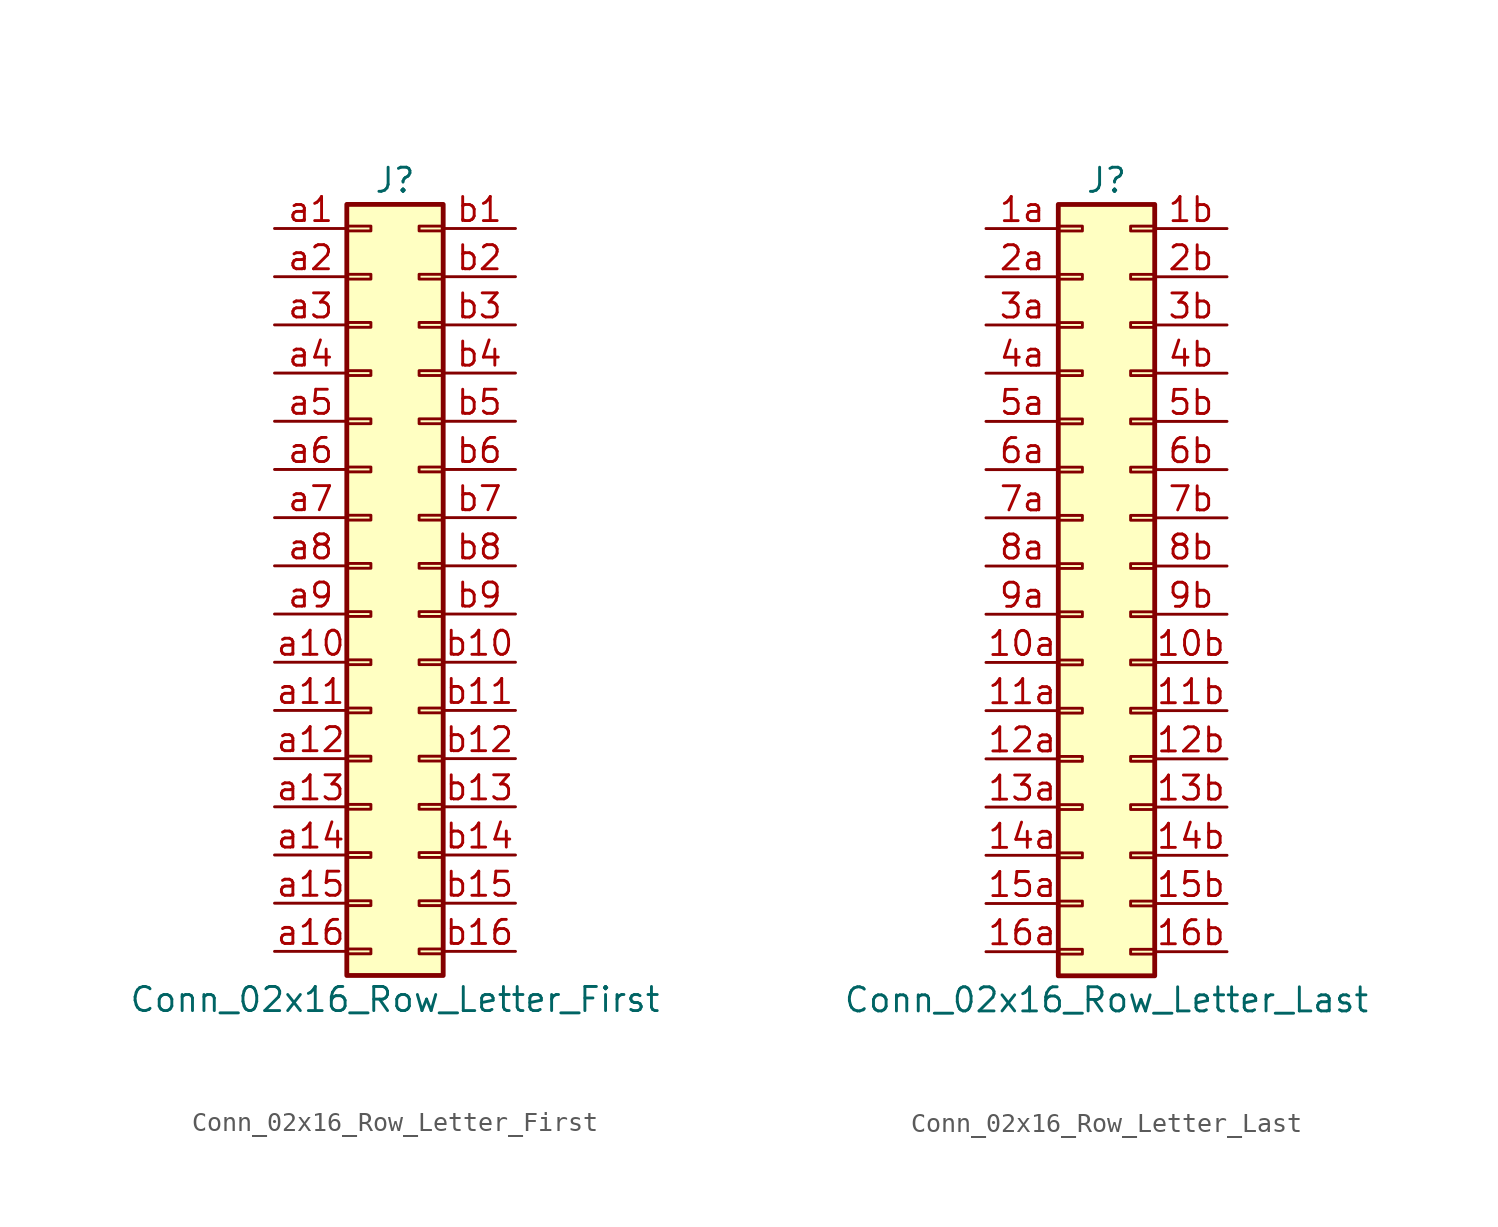
<source format=kicad_sym>
(kicad_symbol_lib
  (version 20201005)
  (generator kicad_symbol_editor)
  (symbol "Connector_Generic:Conn_02x16_Row_Letter_First"
    (pin_names
      (offset 1.016) hide)
    (property "Reference" "J"
      (at 1.27 20.32 0)
      (effects (font (size 1.27 1.27))))
    (property "Value" "Conn_02x16_Row_Letter_First"
      (at 1.27 -22.86 0)
      (effects (font (size 1.27 1.27))))
    (symbol "Conn_02x16_Row_Letter_First_1_1"
      (rectangle (start -1.27 -4.953) (end 0 -5.207) (stroke (width 0.152)) (fill (type none)))
      (rectangle (start -1.27 -7.493) (end 0 -7.747) (stroke (width 0.152)) (fill (type none)))
      (rectangle (start -1.27 -10.033) (end 0 -10.287) (stroke (width 0.152)) (fill (type none)))
      (rectangle (start -1.27 -12.573) (end 0 -12.827) (stroke (width 0.152)) (fill (type none)))
      (rectangle (start -1.27 -15.113) (end 0 -15.367) (stroke (width 0.152)) (fill (type none)))
      (rectangle (start -1.27 -17.653) (end 0 -17.907) (stroke (width 0.152)) (fill (type none)))
      (rectangle (start -1.27 -20.193) (end 0 -20.447) (stroke (width 0.152)) (fill (type none)))
      (rectangle (start -1.27 -2.413) (end 0 -2.667) (stroke (width 0.152)) (fill (type none)))
      (rectangle (start -1.27 2.667) (end 0 2.413) (stroke (width 0.152)) (fill (type none)))
      (rectangle (start -1.27 5.207) (end 0 4.953) (stroke (width 0.152)) (fill (type none)))
      (rectangle (start -1.27 7.747) (end 0 7.493) (stroke (width 0.152)) (fill (type none)))
      (rectangle (start -1.27 10.287) (end 0 10.033) (stroke (width 0.152)) (fill (type none)))
      (rectangle (start -1.27 0.127) (end 0 -0.127) (stroke (width 0.152)) (fill (type none)))
      (rectangle (start -1.27 12.827) (end 0 12.573) (stroke (width 0.152)) (fill (type none)))
      (rectangle (start -1.27 15.367) (end 0 15.113) (stroke (width 0.152)) (fill (type none)))
      (rectangle (start -1.27 17.907) (end 0 17.653) (stroke (width 0.152)) (fill (type none)))
      (rectangle (start -1.27 19.05) (end 3.81 -21.59) (stroke (width 0.254)) (fill (type background)))
      (rectangle (start 3.81 -4.953) (end 2.54 -5.207) (stroke (width 0.152)) (fill (type none)))
      (rectangle (start 3.81 -7.493) (end 2.54 -7.747) (stroke (width 0.152)) (fill (type none)))
      (rectangle (start 3.81 -10.033) (end 2.54 -10.287) (stroke (width 0.152)) (fill (type none)))
      (rectangle (start 3.81 -12.573) (end 2.54 -12.827) (stroke (width 0.152)) (fill (type none)))
      (rectangle (start 3.81 -15.113) (end 2.54 -15.367) (stroke (width 0.152)) (fill (type none)))
      (rectangle (start 3.81 -17.653) (end 2.54 -17.907) (stroke (width 0.152)) (fill (type none)))
      (rectangle (start 3.81 -20.193) (end 2.54 -20.447) (stroke (width 0.152)) (fill (type none)))
      (rectangle (start 3.81 -2.413) (end 2.54 -2.667) (stroke (width 0.152)) (fill (type none)))
      (rectangle (start 3.81 2.667) (end 2.54 2.413) (stroke (width 0.152)) (fill (type none)))
      (rectangle (start 3.81 5.207) (end 2.54 4.953) (stroke (width 0.152)) (fill (type none)))
      (rectangle (start 3.81 7.747) (end 2.54 7.493) (stroke (width 0.152)) (fill (type none)))
      (rectangle (start 3.81 10.287) (end 2.54 10.033) (stroke (width 0.152)) (fill (type none)))
      (rectangle (start 3.81 0.127) (end 2.54 -0.127) (stroke (width 0.152)) (fill (type none)))
      (rectangle (start 3.81 12.827) (end 2.54 12.573) (stroke (width 0.152)) (fill (type none)))
      (rectangle (start 3.81 15.367) (end 2.54 15.113) (stroke (width 0.152)) (fill (type none)))
      (rectangle (start 3.81 17.907) (end 2.54 17.653) (stroke (width 0.152)) (fill (type none)))
      (pin passive line (at -5.08 17.78 0) (length 3.81) (name "Pin_a1" (effects (font (size 1.27 1.27)))) (number "a1" (effects (font (size 1.27 1.27)))))
      (pin passive line (at -5.08 -5.08 0) (length 3.81) (name "Pin_a10" (effects (font (size 1.27 1.27)))) (number "a10" (effects (font (size 1.27 1.27)))))
      (pin passive line (at -5.08 -7.62 0) (length 3.81) (name "Pin_a11" (effects (font (size 1.27 1.27)))) (number "a11" (effects (font (size 1.27 1.27)))))
      (pin passive line (at -5.08 -10.16 0) (length 3.81) (name "Pin_a12" (effects (font (size 1.27 1.27)))) (number "a12" (effects (font (size 1.27 1.27)))))
      (pin passive line (at -5.08 -12.7 0) (length 3.81) (name "Pin_a13" (effects (font (size 1.27 1.27)))) (number "a13" (effects (font (size 1.27 1.27)))))
      (pin passive line (at -5.08 -15.24 0) (length 3.81) (name "Pin_a14" (effects (font (size 1.27 1.27)))) (number "a14" (effects (font (size 1.27 1.27)))))
      (pin passive line (at -5.08 -17.78 0) (length 3.81) (name "Pin_a15" (effects (font (size 1.27 1.27)))) (number "a15" (effects (font (size 1.27 1.27)))))
      (pin passive line (at -5.08 -20.32 0) (length 3.81) (name "Pin_a16" (effects (font (size 1.27 1.27)))) (number "a16" (effects (font (size 1.27 1.27)))))
      (pin passive line (at -5.08 15.24 0) (length 3.81) (name "Pin_a2" (effects (font (size 1.27 1.27)))) (number "a2" (effects (font (size 1.27 1.27)))))
      (pin passive line (at -5.08 12.7 0) (length 3.81) (name "Pin_a3" (effects (font (size 1.27 1.27)))) (number "a3" (effects (font (size 1.27 1.27)))))
      (pin passive line (at -5.08 10.16 0) (length 3.81) (name "Pin_a4" (effects (font (size 1.27 1.27)))) (number "a4" (effects (font (size 1.27 1.27)))))
      (pin passive line (at -5.08 7.62 0) (length 3.81) (name "Pin_a5" (effects (font (size 1.27 1.27)))) (number "a5" (effects (font (size 1.27 1.27)))))
      (pin passive line (at -5.08 5.08 0) (length 3.81) (name "Pin_a6" (effects (font (size 1.27 1.27)))) (number "a6" (effects (font (size 1.27 1.27)))))
      (pin passive line (at -5.08 2.54 0) (length 3.81) (name "Pin_a7" (effects (font (size 1.27 1.27)))) (number "a7" (effects (font (size 1.27 1.27)))))
      (pin passive line (at -5.08 0 0) (length 3.81) (name "Pin_a8" (effects (font (size 1.27 1.27)))) (number "a8" (effects (font (size 1.27 1.27)))))
      (pin passive line (at -5.08 -2.54 0) (length 3.81) (name "Pin_a9" (effects (font (size 1.27 1.27)))) (number "a9" (effects (font (size 1.27 1.27)))))
      (pin passive line (at 7.62 17.78 180) (length 3.81) (name "Pin_b1" (effects (font (size 1.27 1.27)))) (number "b1" (effects (font (size 1.27 1.27)))))
      (pin passive line (at 7.62 -5.08 180) (length 3.81) (name "Pin_b10" (effects (font (size 1.27 1.27)))) (number "b10" (effects (font (size 1.27 1.27)))))
      (pin passive line (at 7.62 -7.62 180) (length 3.81) (name "Pin_b11" (effects (font (size 1.27 1.27)))) (number "b11" (effects (font (size 1.27 1.27)))))
      (pin passive line (at 7.62 -10.16 180) (length 3.81) (name "Pin_b12" (effects (font (size 1.27 1.27)))) (number "b12" (effects (font (size 1.27 1.27)))))
      (pin passive line (at 7.62 -12.7 180) (length 3.81) (name "Pin_b13" (effects (font (size 1.27 1.27)))) (number "b13" (effects (font (size 1.27 1.27)))))
      (pin passive line (at 7.62 -15.24 180) (length 3.81) (name "Pin_b14" (effects (font (size 1.27 1.27)))) (number "b14" (effects (font (size 1.27 1.27)))))
      (pin passive line (at 7.62 -17.78 180) (length 3.81) (name "Pin_b15" (effects (font (size 1.27 1.27)))) (number "b15" (effects (font (size 1.27 1.27)))))
      (pin passive line (at 7.62 -20.32 180) (length 3.81) (name "Pin_b16" (effects (font (size 1.27 1.27)))) (number "b16" (effects (font (size 1.27 1.27)))))
      (pin passive line (at 7.62 15.24 180) (length 3.81) (name "Pin_b2" (effects (font (size 1.27 1.27)))) (number "b2" (effects (font (size 1.27 1.27)))))
      (pin passive line (at 7.62 12.7 180) (length 3.81) (name "Pin_b3" (effects (font (size 1.27 1.27)))) (number "b3" (effects (font (size 1.27 1.27)))))
      (pin passive line (at 7.62 10.16 180) (length 3.81) (name "Pin_b4" (effects (font (size 1.27 1.27)))) (number "b4" (effects (font (size 1.27 1.27)))))
      (pin passive line (at 7.62 7.62 180) (length 3.81) (name "Pin_b5" (effects (font (size 1.27 1.27)))) (number "b5" (effects (font (size 1.27 1.27)))))
      (pin passive line (at 7.62 5.08 180) (length 3.81) (name "Pin_b6" (effects (font (size 1.27 1.27)))) (number "b6" (effects (font (size 1.27 1.27)))))
      (pin passive line (at 7.62 2.54 180) (length 3.81) (name "Pin_b7" (effects (font (size 1.27 1.27)))) (number "b7" (effects (font (size 1.27 1.27)))))
      (pin passive line (at 7.62 0 180) (length 3.81) (name "Pin_b8" (effects (font (size 1.27 1.27)))) (number "b8" (effects (font (size 1.27 1.27)))))
      (pin passive line (at 7.62 -2.54 180) (length 3.81) (name "Pin_b9" (effects (font (size 1.27 1.27)))) (number "b9" (effects (font (size 1.27 1.27)))))))
  (symbol "Connector_Generic:Conn_02x16_Row_Letter_Last"
    (pin_names
      (offset 1.016) hide)
    (property "Reference" "J"
      (at 1.27 20.32 0)
      (effects (font (size 1.27 1.27))))
    (property "Value" "Conn_02x16_Row_Letter_Last"
      (at 1.27 -22.86 0)
      (effects (font (size 1.27 1.27))))
    (symbol "Conn_02x16_Row_Letter_Last_1_1"
      (rectangle (start -1.27 -4.953) (end 0 -5.207) (stroke (width 0.152)) (fill (type none)))
      (rectangle (start -1.27 -7.493) (end 0 -7.747) (stroke (width 0.152)) (fill (type none)))
      (rectangle (start -1.27 -10.033) (end 0 -10.287) (stroke (width 0.152)) (fill (type none)))
      (rectangle (start -1.27 -12.573) (end 0 -12.827) (stroke (width 0.152)) (fill (type none)))
      (rectangle (start -1.27 -15.113) (end 0 -15.367) (stroke (width 0.152)) (fill (type none)))
      (rectangle (start -1.27 -17.653) (end 0 -17.907) (stroke (width 0.152)) (fill (type none)))
      (rectangle (start -1.27 -20.193) (end 0 -20.447) (stroke (width 0.152)) (fill (type none)))
      (rectangle (start -1.27 -2.413) (end 0 -2.667) (stroke (width 0.152)) (fill (type none)))
      (rectangle (start -1.27 2.667) (end 0 2.413) (stroke (width 0.152)) (fill (type none)))
      (rectangle (start -1.27 5.207) (end 0 4.953) (stroke (width 0.152)) (fill (type none)))
      (rectangle (start -1.27 7.747) (end 0 7.493) (stroke (width 0.152)) (fill (type none)))
      (rectangle (start -1.27 10.287) (end 0 10.033) (stroke (width 0.152)) (fill (type none)))
      (rectangle (start -1.27 0.127) (end 0 -0.127) (stroke (width 0.152)) (fill (type none)))
      (rectangle (start -1.27 12.827) (end 0 12.573) (stroke (width 0.152)) (fill (type none)))
      (rectangle (start -1.27 15.367) (end 0 15.113) (stroke (width 0.152)) (fill (type none)))
      (rectangle (start -1.27 17.907) (end 0 17.653) (stroke (width 0.152)) (fill (type none)))
      (rectangle (start -1.27 19.05) (end 3.81 -21.59) (stroke (width 0.254)) (fill (type background)))
      (rectangle (start 3.81 -4.953) (end 2.54 -5.207) (stroke (width 0.152)) (fill (type none)))
      (rectangle (start 3.81 -7.493) (end 2.54 -7.747) (stroke (width 0.152)) (fill (type none)))
      (rectangle (start 3.81 -10.033) (end 2.54 -10.287) (stroke (width 0.152)) (fill (type none)))
      (rectangle (start 3.81 -12.573) (end 2.54 -12.827) (stroke (width 0.152)) (fill (type none)))
      (rectangle (start 3.81 -15.113) (end 2.54 -15.367) (stroke (width 0.152)) (fill (type none)))
      (rectangle (start 3.81 -17.653) (end 2.54 -17.907) (stroke (width 0.152)) (fill (type none)))
      (rectangle (start 3.81 -20.193) (end 2.54 -20.447) (stroke (width 0.152)) (fill (type none)))
      (rectangle (start 3.81 -2.413) (end 2.54 -2.667) (stroke (width 0.152)) (fill (type none)))
      (rectangle (start 3.81 2.667) (end 2.54 2.413) (stroke (width 0.152)) (fill (type none)))
      (rectangle (start 3.81 5.207) (end 2.54 4.953) (stroke (width 0.152)) (fill (type none)))
      (rectangle (start 3.81 7.747) (end 2.54 7.493) (stroke (width 0.152)) (fill (type none)))
      (rectangle (start 3.81 10.287) (end 2.54 10.033) (stroke (width 0.152)) (fill (type none)))
      (rectangle (start 3.81 0.127) (end 2.54 -0.127) (stroke (width 0.152)) (fill (type none)))
      (rectangle (start 3.81 12.827) (end 2.54 12.573) (stroke (width 0.152)) (fill (type none)))
      (rectangle (start 3.81 15.367) (end 2.54 15.113) (stroke (width 0.152)) (fill (type none)))
      (rectangle (start 3.81 17.907) (end 2.54 17.653) (stroke (width 0.152)) (fill (type none)))
      (pin passive line (at -5.08 -5.08 0) (length 3.81) (name "Pin_10a" (effects (font (size 1.27 1.27)))) (number "10a" (effects (font (size 1.27 1.27)))))
      (pin passive line (at 7.62 -5.08 180) (length 3.81) (name "Pin_10b" (effects (font (size 1.27 1.27)))) (number "10b" (effects (font (size 1.27 1.27)))))
      (pin passive line (at -5.08 -7.62 0) (length 3.81) (name "Pin_11a" (effects (font (size 1.27 1.27)))) (number "11a" (effects (font (size 1.27 1.27)))))
      (pin passive line (at 7.62 -7.62 180) (length 3.81) (name "Pin_11b" (effects (font (size 1.27 1.27)))) (number "11b" (effects (font (size 1.27 1.27)))))
      (pin passive line (at -5.08 -10.16 0) (length 3.81) (name "Pin_12a" (effects (font (size 1.27 1.27)))) (number "12a" (effects (font (size 1.27 1.27)))))
      (pin passive line (at 7.62 -10.16 180) (length 3.81) (name "Pin_12b" (effects (font (size 1.27 1.27)))) (number "12b" (effects (font (size 1.27 1.27)))))
      (pin passive line (at -5.08 -12.7 0) (length 3.81) (name "Pin_13a" (effects (font (size 1.27 1.27)))) (number "13a" (effects (font (size 1.27 1.27)))))
      (pin passive line (at 7.62 -12.7 180) (length 3.81) (name "Pin_13b" (effects (font (size 1.27 1.27)))) (number "13b" (effects (font (size 1.27 1.27)))))
      (pin passive line (at -5.08 -15.24 0) (length 3.81) (name "Pin_14a" (effects (font (size 1.27 1.27)))) (number "14a" (effects (font (size 1.27 1.27)))))
      (pin passive line (at 7.62 -15.24 180) (length 3.81) (name "Pin_14b" (effects (font (size 1.27 1.27)))) (number "14b" (effects (font (size 1.27 1.27)))))
      (pin passive line (at -5.08 -17.78 0) (length 3.81) (name "Pin_15a" (effects (font (size 1.27 1.27)))) (number "15a" (effects (font (size 1.27 1.27)))))
      (pin passive line (at 7.62 -17.78 180) (length 3.81) (name "Pin_15b" (effects (font (size 1.27 1.27)))) (number "15b" (effects (font (size 1.27 1.27)))))
      (pin passive line (at -5.08 -20.32 0) (length 3.81) (name "Pin_16a" (effects (font (size 1.27 1.27)))) (number "16a" (effects (font (size 1.27 1.27)))))
      (pin passive line (at 7.62 -20.32 180) (length 3.81) (name "Pin_16b" (effects (font (size 1.27 1.27)))) (number "16b" (effects (font (size 1.27 1.27)))))
      (pin passive line (at -5.08 17.78 0) (length 3.81) (name "Pin_1a" (effects (font (size 1.27 1.27)))) (number "1a" (effects (font (size 1.27 1.27)))))
      (pin passive line (at 7.62 17.78 180) (length 3.81) (name "Pin_1b" (effects (font (size 1.27 1.27)))) (number "1b" (effects (font (size 1.27 1.27)))))
      (pin passive line (at -5.08 15.24 0) (length 3.81) (name "Pin_2a" (effects (font (size 1.27 1.27)))) (number "2a" (effects (font (size 1.27 1.27)))))
      (pin passive line (at 7.62 15.24 180) (length 3.81) (name "Pin_2b" (effects (font (size 1.27 1.27)))) (number "2b" (effects (font (size 1.27 1.27)))))
      (pin passive line (at -5.08 12.7 0) (length 3.81) (name "Pin_3a" (effects (font (size 1.27 1.27)))) (number "3a" (effects (font (size 1.27 1.27)))))
      (pin passive line (at 7.62 12.7 180) (length 3.81) (name "Pin_3b" (effects (font (size 1.27 1.27)))) (number "3b" (effects (font (size 1.27 1.27)))))
      (pin passive line (at -5.08 10.16 0) (length 3.81) (name "Pin_4a" (effects (font (size 1.27 1.27)))) (number "4a" (effects (font (size 1.27 1.27)))))
      (pin passive line (at 7.62 10.16 180) (length 3.81) (name "Pin_4b" (effects (font (size 1.27 1.27)))) (number "4b" (effects (font (size 1.27 1.27)))))
      (pin passive line (at -5.08 7.62 0) (length 3.81) (name "Pin_5a" (effects (font (size 1.27 1.27)))) (number "5a" (effects (font (size 1.27 1.27)))))
      (pin passive line (at 7.62 7.62 180) (length 3.81) (name "Pin_5b" (effects (font (size 1.27 1.27)))) (number "5b" (effects (font (size 1.27 1.27)))))
      (pin passive line (at -5.08 5.08 0) (length 3.81) (name "Pin_6a" (effects (font (size 1.27 1.27)))) (number "6a" (effects (font (size 1.27 1.27)))))
      (pin passive line (at 7.62 5.08 180) (length 3.81) (name "Pin_6b" (effects (font (size 1.27 1.27)))) (number "6b" (effects (font (size 1.27 1.27)))))
      (pin passive line (at -5.08 2.54 0) (length 3.81) (name "Pin_7a" (effects (font (size 1.27 1.27)))) (number "7a" (effects (font (size 1.27 1.27)))))
      (pin passive line (at 7.62 2.54 180) (length 3.81) (name "Pin_7b" (effects (font (size 1.27 1.27)))) (number "7b" (effects (font (size 1.27 1.27)))))
      (pin passive line (at -5.08 0 0) (length 3.81) (name "Pin_8a" (effects (font (size 1.27 1.27)))) (number "8a" (effects (font (size 1.27 1.27)))))
      (pin passive line (at 7.62 0 180) (length 3.81) (name "Pin_8b" (effects (font (size 1.27 1.27)))) (number "8b" (effects (font (size 1.27 1.27)))))
      (pin passive line (at -5.08 -2.54 0) (length 3.81) (name "Pin_9a" (effects (font (size 1.27 1.27)))) (number "9a" (effects (font (size 1.27 1.27)))))
      (pin passive line (at 7.62 -2.54 180) (length 3.81) (name "Pin_9b" (effects (font (size 1.27 1.27)))) (number "9b" (effects (font (size 1.27 1.27))))))))
</source>
